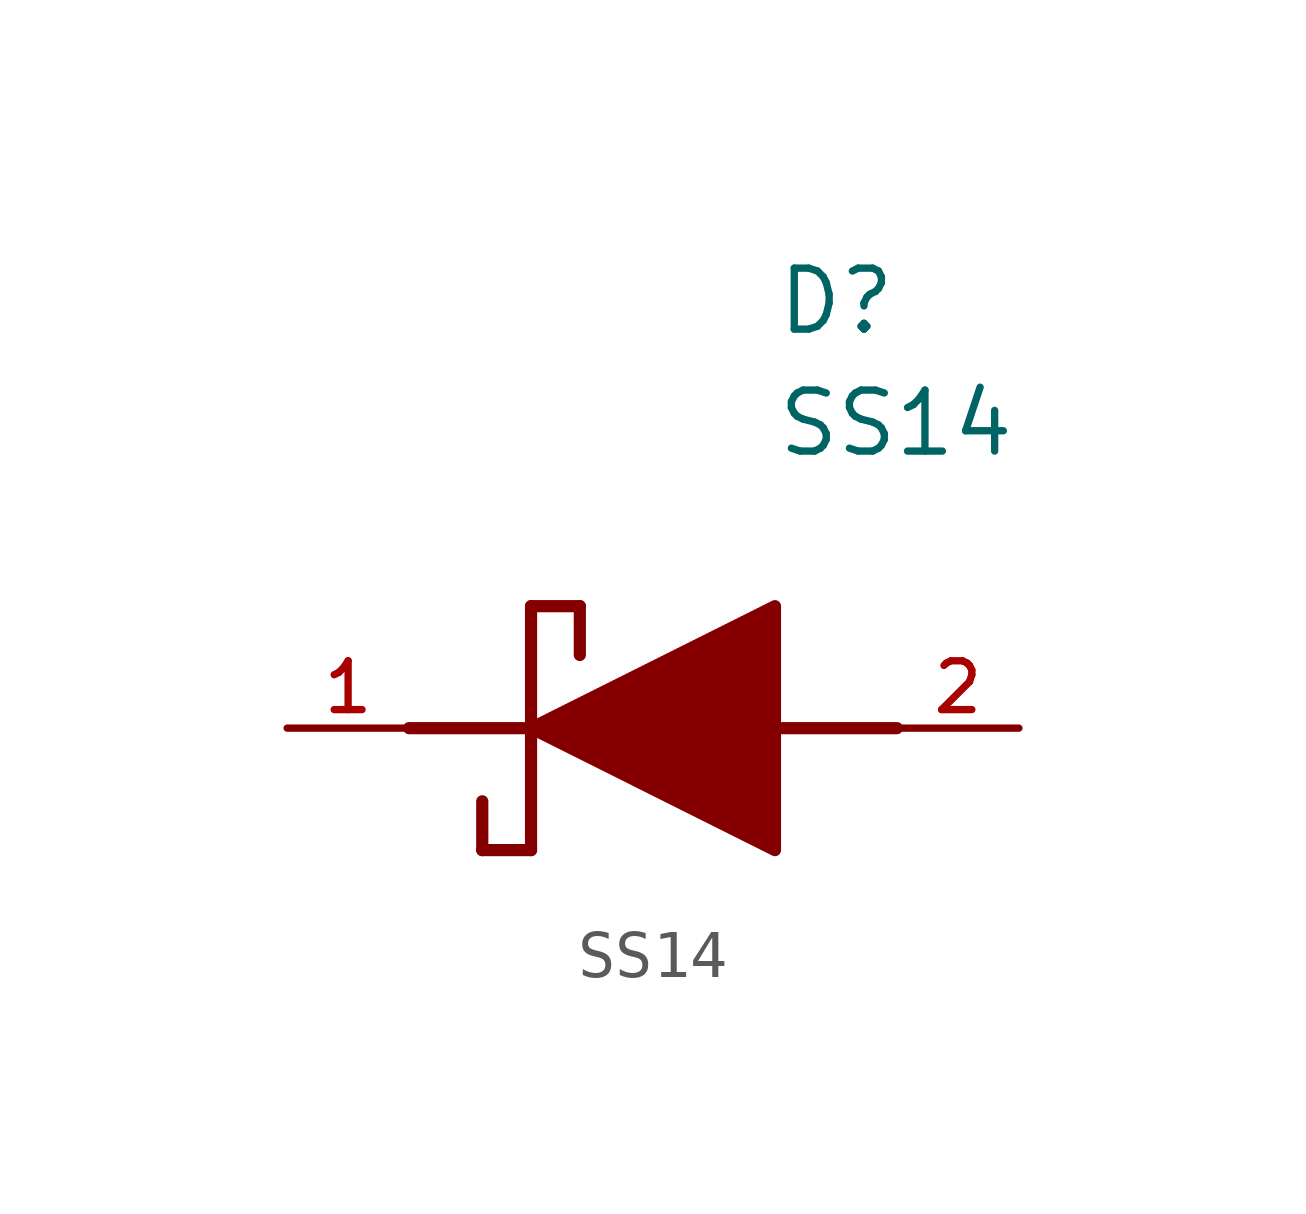
<source format=kicad_sym>
(kicad_symbol_lib
  (version 20211014)
  (generator kicad_symbol_editor)
  (symbol "SS14"
    (pin_names
      (offset 1.016))
    (property "Reference" "D"
      (at 12.7 8.89 0)
      (effects (font (size 1.27 1.27)) (justify left)))
    (property "Value" "SS14"
      (at 12.7 6.35 0)
      (effects (font (size 1.27 1.27)) (justify left)))
    (symbol "SS14_0_0"
      (polyline (pts (xy 7.62 2.54) (xy 7.62 -2.54)) (stroke (width 0.254)))
      (polyline (pts (xy 7.62 2.54) (xy 8.636 2.54)) (stroke (width 0.254)))
      (polyline (pts (xy 8.636 1.524) (xy 8.636 2.54)) (stroke (width 0.254)))
      (polyline (pts (xy 7.62 -2.54) (xy 6.604 -2.54)) (stroke (width 0.254)))
      (polyline (pts (xy 6.604 -1.524) (xy 6.604 -2.54)) (stroke (width 0.254)))
      (polyline (pts (xy 5.08 0.0) (xy 7.62 0.0)) (stroke (width 0.254)))
      (polyline (pts (xy 12.7 0.0) (xy 15.24 0.0)) (stroke (width 0.254)))
      (polyline (pts (xy 7.62 0.0) (xy 12.7 2.54) (xy 12.7 -2.54) (xy 7.62 0.0)) (stroke (width 0.254)) (fill (type outline)))
      (pin bidirectional line (at 2.54 0.0 0) (length 2.54) (name "~" (effects (font (size 1.016 1.016)))) (number "1" (effects (font (size 1.016 1.016)))))
      (pin bidirectional line (at 17.78 0.0 180.0) (length 2.54) (name "~" (effects (font (size 1.016 1.016)))) (number "2" (effects (font (size 1.016 1.016))))))))
</source>
